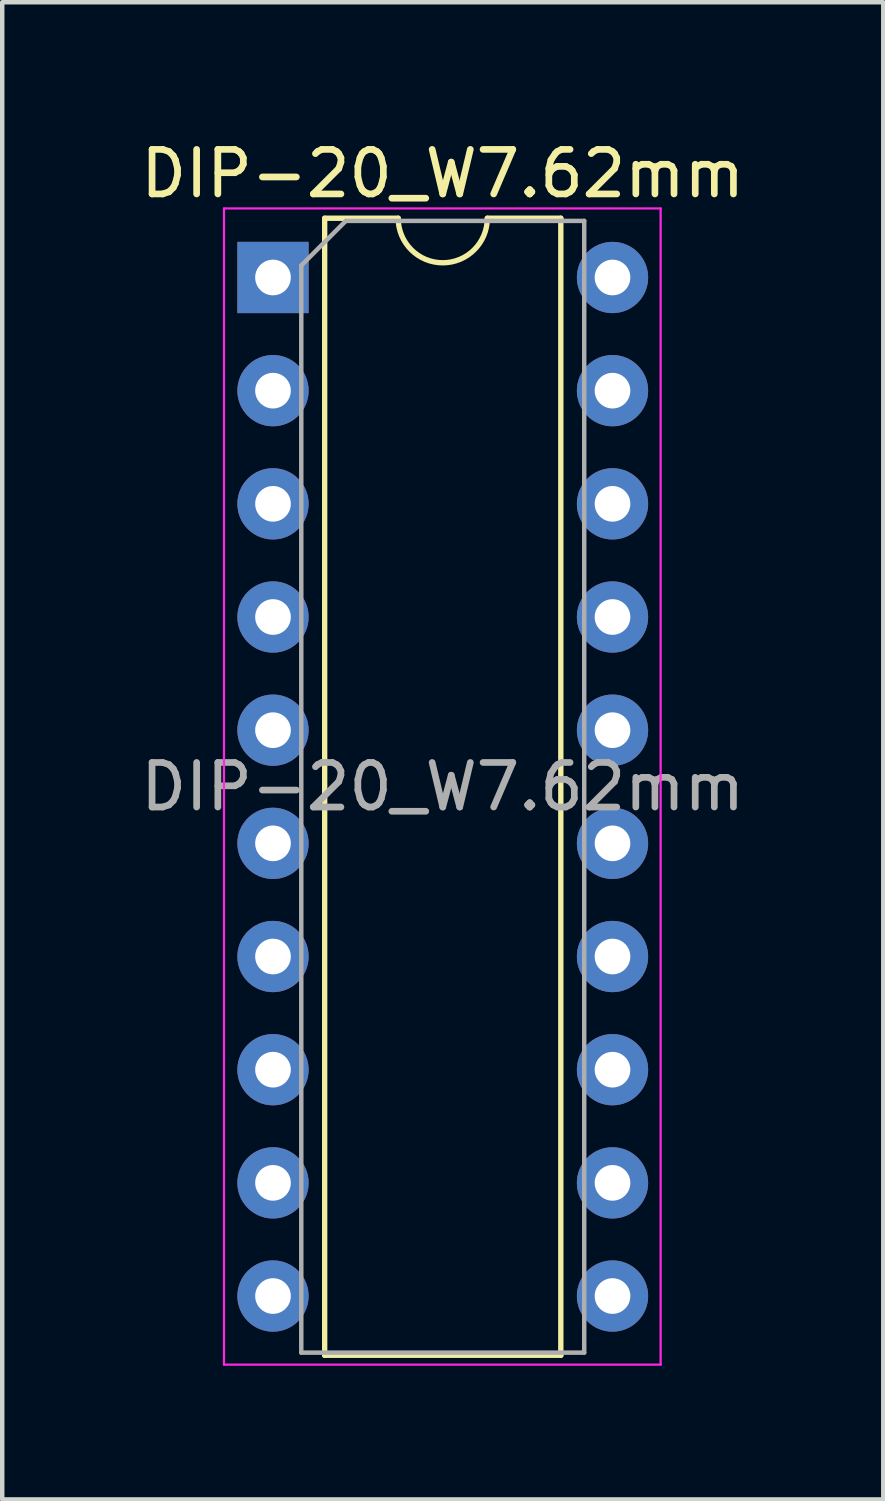
<source format=kicad_pcb>
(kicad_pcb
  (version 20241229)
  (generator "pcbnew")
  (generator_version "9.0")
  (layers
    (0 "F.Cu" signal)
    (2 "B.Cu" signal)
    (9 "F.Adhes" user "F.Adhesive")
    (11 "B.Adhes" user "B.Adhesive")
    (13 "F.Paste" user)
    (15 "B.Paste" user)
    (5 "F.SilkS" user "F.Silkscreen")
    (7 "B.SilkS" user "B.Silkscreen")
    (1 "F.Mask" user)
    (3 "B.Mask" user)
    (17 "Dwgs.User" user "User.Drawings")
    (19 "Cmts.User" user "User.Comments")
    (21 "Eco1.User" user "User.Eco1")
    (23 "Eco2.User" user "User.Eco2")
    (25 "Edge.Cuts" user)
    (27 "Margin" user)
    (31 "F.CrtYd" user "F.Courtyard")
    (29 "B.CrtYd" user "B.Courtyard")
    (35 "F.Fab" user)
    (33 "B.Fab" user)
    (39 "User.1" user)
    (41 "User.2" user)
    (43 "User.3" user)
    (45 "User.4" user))
  (footprint "DIP-20_W7.62mm"
    (layer "F.Cu")
    (at 3.077 3.178)
    (property "Reference" "DIP-20_W7.62mm" (at 3.81 -2.33 0) (layer "F.SilkS") (effects (font (size 1 1) (thickness 0.15))))
    (attr through_hole)
    (fp_line (start 1.16 -1.33) (end 1.16 24.19) (stroke (width 0.12) (type solid)) (layer "F.SilkS"))
    (fp_line (start 1.16 24.19) (end 6.46 24.19) (stroke (width 0.12) (type solid)) (layer "F.SilkS"))
    (fp_line (start 2.81 -1.33) (end 1.16 -1.33) (stroke (width 0.12) (type solid)) (layer "F.SilkS"))
    (fp_line (start 6.46 -1.33) (end 4.81 -1.33) (stroke (width 0.12) (type solid)) (layer "F.SilkS"))
    (fp_line (start 6.46 24.19) (end 6.46 -1.33) (stroke (width 0.12) (type solid)) (layer "F.SilkS"))
    (fp_arc (start 4.81 -1.33) (mid 3.81 -0.33) (end 2.81 -1.33) (stroke (width 0.12) (type solid)) (layer "F.SilkS"))
    (fp_line (start -1.1 -1.55) (end -1.1 24.4) (stroke (width 0.05) (type solid)) (layer "F.CrtYd"))
    (fp_line (start -1.1 24.4) (end 8.7 24.4) (stroke (width 0.05) (type solid)) (layer "F.CrtYd"))
    (fp_line (start 8.7 -1.55) (end -1.1 -1.55) (stroke (width 0.05) (type solid)) (layer "F.CrtYd"))
    (fp_line (start 8.7 24.4) (end 8.7 -1.55) (stroke (width 0.05) (type solid)) (layer "F.CrtYd"))
    (fp_line (start 0.635 -0.27) (end 1.635 -1.27) (stroke (width 0.1) (type solid)) (layer "F.Fab"))
    (fp_line (start 0.635 24.13) (end 0.635 -0.27) (stroke (width 0.1) (type solid)) (layer "F.Fab"))
    (fp_line (start 1.635 -1.27) (end 6.985 -1.27) (stroke (width 0.1) (type solid)) (layer "F.Fab"))
    (fp_line (start 6.985 -1.27) (end 6.985 24.13) (stroke (width 0.1) (type solid)) (layer "F.Fab"))
    (fp_line (start 6.985 24.13) (end 0.635 24.13) (stroke (width 0.1) (type solid)) (layer "F.Fab"))
    (fp_text user "${REFERENCE}" (at 3.81 11.43 0) (layer "F.Fab") (effects (font (size 1 1) (thickness 0.15))))
    (pad "1" thru_hole rect (at 0 0) (size 1.6 1.6) (drill 0.8) (layers "*.Cu" "*.Mask"))
    (pad "2" thru_hole oval (at 0 2.54) (size 1.6 1.6) (drill 0.8) (layers "*.Cu" "*.Mask"))
    (pad "3" thru_hole oval (at 0 5.08) (size 1.6 1.6) (drill 0.8) (layers "*.Cu" "*.Mask"))
    (pad "4" thru_hole oval (at 0 7.62) (size 1.6 1.6) (drill 0.8) (layers "*.Cu" "*.Mask"))
    (pad "5" thru_hole oval (at 0 10.16) (size 1.6 1.6) (drill 0.8) (layers "*.Cu" "*.Mask"))
    (pad "6" thru_hole oval (at 0 12.7) (size 1.6 1.6) (drill 0.8) (layers "*.Cu" "*.Mask"))
    (pad "7" thru_hole oval (at 0 15.24) (size 1.6 1.6) (drill 0.8) (layers "*.Cu" "*.Mask"))
    (pad "8" thru_hole oval (at 0 17.78) (size 1.6 1.6) (drill 0.8) (layers "*.Cu" "*.Mask"))
    (pad "9" thru_hole oval (at 0 20.32) (size 1.6 1.6) (drill 0.8) (layers "*.Cu" "*.Mask"))
    (pad "10" thru_hole oval (at 0 22.86) (size 1.6 1.6) (drill 0.8) (layers "*.Cu" "*.Mask"))
    (pad "11" thru_hole oval (at 7.62 22.86) (size 1.6 1.6) (drill 0.8) (layers "*.Cu" "*.Mask"))
    (pad "12" thru_hole oval (at 7.62 20.32) (size 1.6 1.6) (drill 0.8) (layers "*.Cu" "*.Mask"))
    (pad "13" thru_hole oval (at 7.62 17.78) (size 1.6 1.6) (drill 0.8) (layers "*.Cu" "*.Mask"))
    (pad "14" thru_hole oval (at 7.62 15.24) (size 1.6 1.6) (drill 0.8) (layers "*.Cu" "*.Mask"))
    (pad "15" thru_hole oval (at 7.62 12.7) (size 1.6 1.6) (drill 0.8) (layers "*.Cu" "*.Mask"))
    (pad "16" thru_hole oval (at 7.62 10.16) (size 1.6 1.6) (drill 0.8) (layers "*.Cu" "*.Mask"))
    (pad "17" thru_hole oval (at 7.62 7.62) (size 1.6 1.6) (drill 0.8) (layers "*.Cu" "*.Mask"))
    (pad "18" thru_hole oval (at 7.62 5.08) (size 1.6 1.6) (drill 0.8) (layers "*.Cu" "*.Mask"))
    (pad "19" thru_hole oval (at 7.62 2.54) (size 1.6 1.6) (drill 0.8) (layers "*.Cu" "*.Mask"))
    (pad "20" thru_hole oval (at 7.62 0) (size 1.6 1.6) (drill 0.8) (layers "*.Cu" "*.Mask")))
  (gr_rect
    (start -3 -3)
    (end 16.774 30.603)
    (stroke (width 0.1) (type default))
    (fill no)
    (layer "Edge.Cuts")))
</source>
